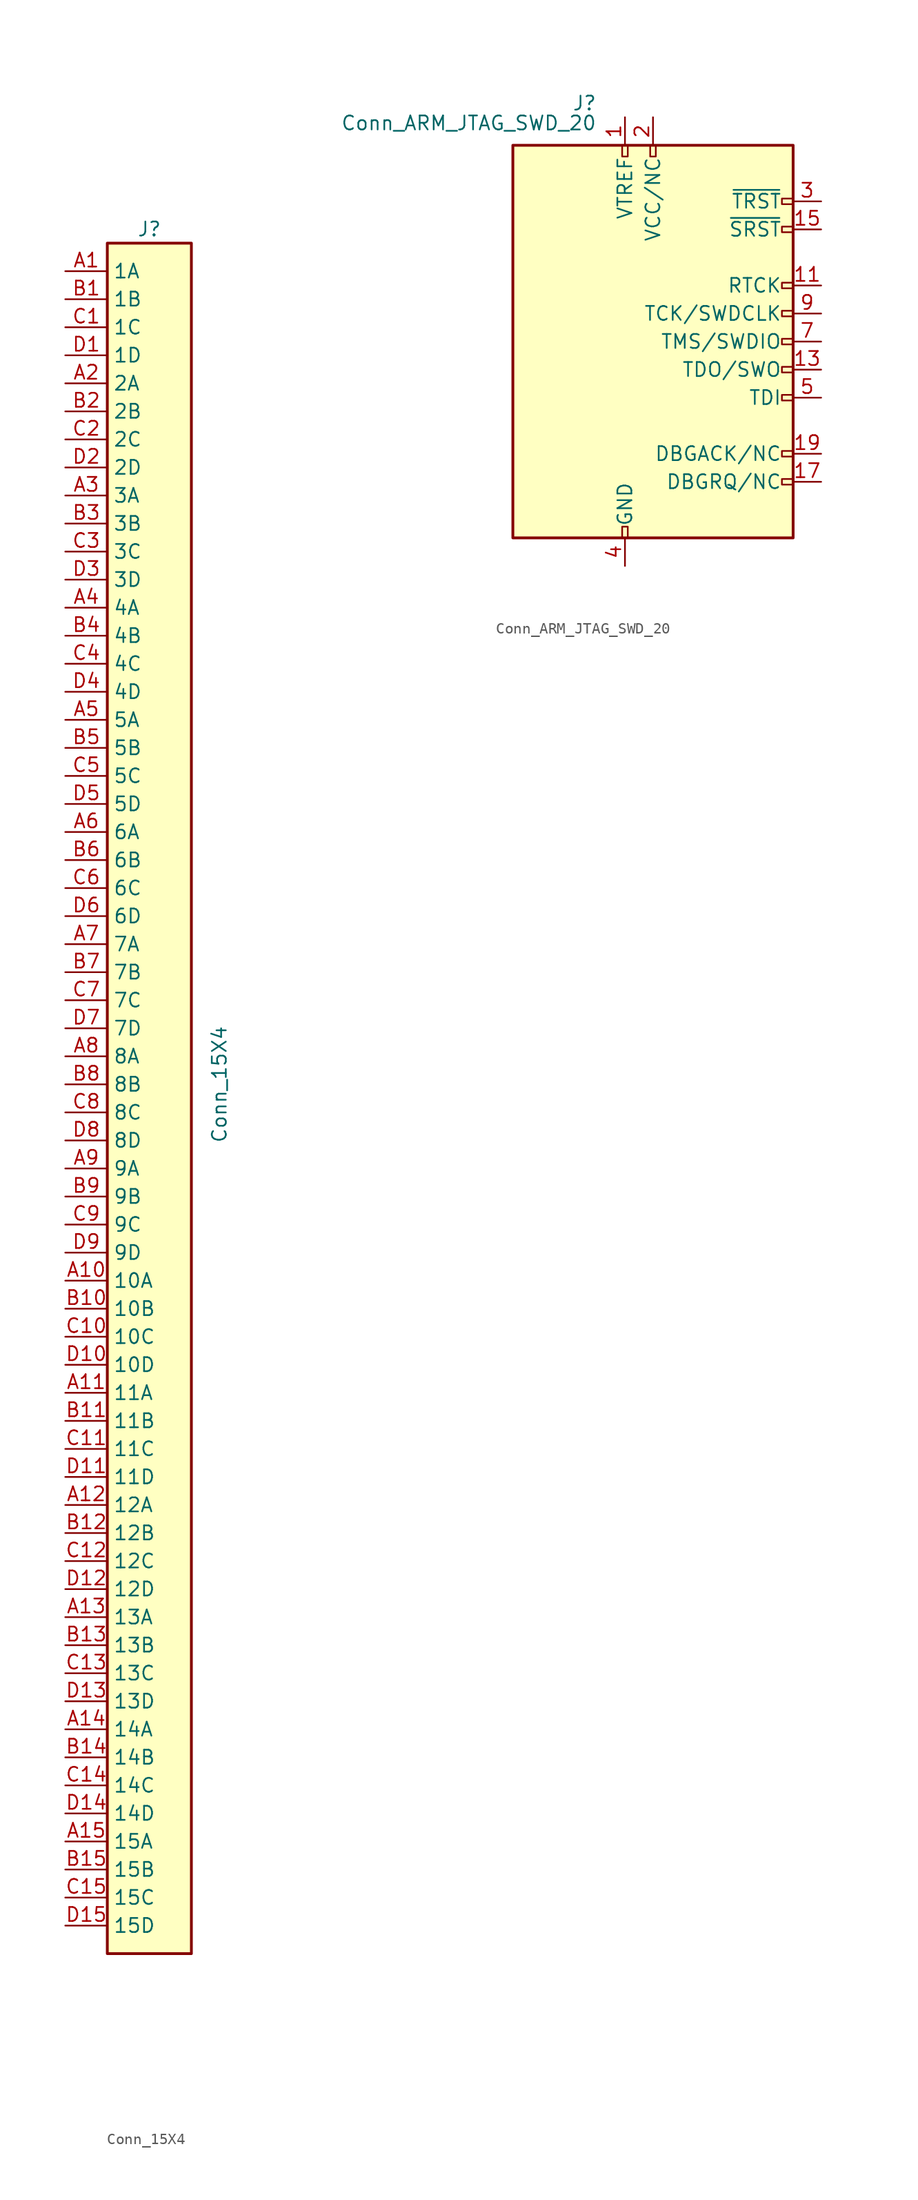
<source format=kicad_sym>
(kicad_symbol_lib
  (version 20201005)
  (generator kicad_symbol_editor)
  (symbol "Conn_15X4"
    (property "Reference" "J"
      (at 0 80.01 0)
      (effects (font (size 1.27 1.27))))
    (property "Value" "Conn_15X4"
      (at 6.35 2.54 90)
      (effects (font (size 1.27 1.27))))
    (symbol "Conn_15X4_0_1"
      (rectangle (start 3.81 -76.2) (end -3.81 78.74) (stroke (width 0.254)) (fill (type background))))
    (symbol "Conn_15X4_1_1"
      (pin passive line (at -7.62 76.2 0) (length 3.81) (name "1A" (effects (font (size 1.27 1.27)))) (number "A1" (effects (font (size 1.27 1.27)))))
      (pin passive line (at -7.62 -15.24 0) (length 3.81) (name "10A" (effects (font (size 1.27 1.27)))) (number "A10" (effects (font (size 1.27 1.27)))))
      (pin passive line (at -7.62 -25.4 0) (length 3.81) (name "11A" (effects (font (size 1.27 1.27)))) (number "A11" (effects (font (size 1.27 1.27)))))
      (pin passive line (at -7.62 -35.56 0) (length 3.81) (name "12A" (effects (font (size 1.27 1.27)))) (number "A12" (effects (font (size 1.27 1.27)))))
      (pin passive line (at -7.62 -45.72 0) (length 3.81) (name "13A" (effects (font (size 1.27 1.27)))) (number "A13" (effects (font (size 1.27 1.27)))))
      (pin passive line (at -7.62 -55.88 0) (length 3.81) (name "14A" (effects (font (size 1.27 1.27)))) (number "A14" (effects (font (size 1.27 1.27)))))
      (pin passive line (at -7.62 -66.04 0) (length 3.81) (name "15A" (effects (font (size 1.27 1.27)))) (number "A15" (effects (font (size 1.27 1.27)))))
      (pin passive line (at -7.62 66.04 0) (length 3.81) (name "2A" (effects (font (size 1.27 1.27)))) (number "A2" (effects (font (size 1.27 1.27)))))
      (pin passive line (at -7.62 55.88 0) (length 3.81) (name "3A" (effects (font (size 1.27 1.27)))) (number "A3" (effects (font (size 1.27 1.27)))))
      (pin passive line (at -7.62 45.72 0) (length 3.81) (name "4A" (effects (font (size 1.27 1.27)))) (number "A4" (effects (font (size 1.27 1.27)))))
      (pin passive line (at -7.62 35.56 0) (length 3.81) (name "5A" (effects (font (size 1.27 1.27)))) (number "A5" (effects (font (size 1.27 1.27)))))
      (pin passive line (at -7.62 25.4 0) (length 3.81) (name "6A" (effects (font (size 1.27 1.27)))) (number "A6" (effects (font (size 1.27 1.27)))))
      (pin passive line (at -7.62 15.24 0) (length 3.81) (name "7A" (effects (font (size 1.27 1.27)))) (number "A7" (effects (font (size 1.27 1.27)))))
      (pin passive line (at -7.62 5.08 0) (length 3.81) (name "8A" (effects (font (size 1.27 1.27)))) (number "A8" (effects (font (size 1.27 1.27)))))
      (pin passive line (at -7.62 -5.08 0) (length 3.81) (name "9A" (effects (font (size 1.27 1.27)))) (number "A9" (effects (font (size 1.27 1.27)))))
      (pin passive line (at -7.62 73.66 0) (length 3.81) (name "1B" (effects (font (size 1.27 1.27)))) (number "B1" (effects (font (size 1.27 1.27)))))
      (pin passive line (at -7.62 -17.78 0) (length 3.81) (name "10B" (effects (font (size 1.27 1.27)))) (number "B10" (effects (font (size 1.27 1.27)))))
      (pin passive line (at -7.62 -27.94 0) (length 3.81) (name "11B" (effects (font (size 1.27 1.27)))) (number "B11" (effects (font (size 1.27 1.27)))))
      (pin passive line (at -7.62 -38.1 0) (length 3.81) (name "12B" (effects (font (size 1.27 1.27)))) (number "B12" (effects (font (size 1.27 1.27)))))
      (pin passive line (at -7.62 -48.26 0) (length 3.81) (name "13B" (effects (font (size 1.27 1.27)))) (number "B13" (effects (font (size 1.27 1.27)))))
      (pin passive line (at -7.62 -58.42 0) (length 3.81) (name "14B" (effects (font (size 1.27 1.27)))) (number "B14" (effects (font (size 1.27 1.27)))))
      (pin passive line (at -7.62 -68.58 0) (length 3.81) (name "15B" (effects (font (size 1.27 1.27)))) (number "B15" (effects (font (size 1.27 1.27)))))
      (pin passive line (at -7.62 63.5 0) (length 3.81) (name "2B" (effects (font (size 1.27 1.27)))) (number "B2" (effects (font (size 1.27 1.27)))))
      (pin passive line (at -7.62 53.34 0) (length 3.81) (name "3B" (effects (font (size 1.27 1.27)))) (number "B3" (effects (font (size 1.27 1.27)))))
      (pin passive line (at -7.62 43.18 0) (length 3.81) (name "4B" (effects (font (size 1.27 1.27)))) (number "B4" (effects (font (size 1.27 1.27)))))
      (pin passive line (at -7.62 33.02 0) (length 3.81) (name "5B" (effects (font (size 1.27 1.27)))) (number "B5" (effects (font (size 1.27 1.27)))))
      (pin passive line (at -7.62 22.86 0) (length 3.81) (name "6B" (effects (font (size 1.27 1.27)))) (number "B6" (effects (font (size 1.27 1.27)))))
      (pin passive line (at -7.62 12.7 0) (length 3.81) (name "7B" (effects (font (size 1.27 1.27)))) (number "B7" (effects (font (size 1.27 1.27)))))
      (pin passive line (at -7.62 2.54 0) (length 3.81) (name "8B" (effects (font (size 1.27 1.27)))) (number "B8" (effects (font (size 1.27 1.27)))))
      (pin passive line (at -7.62 -7.62 0) (length 3.81) (name "9B" (effects (font (size 1.27 1.27)))) (number "B9" (effects (font (size 1.27 1.27)))))
      (pin passive line (at -7.62 71.12 0) (length 3.81) (name "1C" (effects (font (size 1.27 1.27)))) (number "C1" (effects (font (size 1.27 1.27)))))
      (pin passive line (at -7.62 -20.32 0) (length 3.81) (name "10C" (effects (font (size 1.27 1.27)))) (number "C10" (effects (font (size 1.27 1.27)))))
      (pin passive line (at -7.62 -30.48 0) (length 3.81) (name "11C" (effects (font (size 1.27 1.27)))) (number "C11" (effects (font (size 1.27 1.27)))))
      (pin passive line (at -7.62 -40.64 0) (length 3.81) (name "12C" (effects (font (size 1.27 1.27)))) (number "C12" (effects (font (size 1.27 1.27)))))
      (pin passive line (at -7.62 -50.8 0) (length 3.81) (name "13C" (effects (font (size 1.27 1.27)))) (number "C13" (effects (font (size 1.27 1.27)))))
      (pin passive line (at -7.62 -60.96 0) (length 3.81) (name "14C" (effects (font (size 1.27 1.27)))) (number "C14" (effects (font (size 1.27 1.27)))))
      (pin passive line (at -7.62 -71.12 0) (length 3.81) (name "15C" (effects (font (size 1.27 1.27)))) (number "C15" (effects (font (size 1.27 1.27)))))
      (pin passive line (at -7.62 60.96 0) (length 3.81) (name "2C" (effects (font (size 1.27 1.27)))) (number "C2" (effects (font (size 1.27 1.27)))))
      (pin passive line (at -7.62 50.8 0) (length 3.81) (name "3C" (effects (font (size 1.27 1.27)))) (number "C3" (effects (font (size 1.27 1.27)))))
      (pin passive line (at -7.62 40.64 0) (length 3.81) (name "4C" (effects (font (size 1.27 1.27)))) (number "C4" (effects (font (size 1.27 1.27)))))
      (pin passive line (at -7.62 30.48 0) (length 3.81) (name "5C" (effects (font (size 1.27 1.27)))) (number "C5" (effects (font (size 1.27 1.27)))))
      (pin passive line (at -7.62 20.32 0) (length 3.81) (name "6C" (effects (font (size 1.27 1.27)))) (number "C6" (effects (font (size 1.27 1.27)))))
      (pin passive line (at -7.62 10.16 0) (length 3.81) (name "7C" (effects (font (size 1.27 1.27)))) (number "C7" (effects (font (size 1.27 1.27)))))
      (pin passive line (at -7.62 0 0) (length 3.81) (name "8C" (effects (font (size 1.27 1.27)))) (number "C8" (effects (font (size 1.27 1.27)))))
      (pin passive line (at -7.62 -10.16 0) (length 3.81) (name "9C" (effects (font (size 1.27 1.27)))) (number "C9" (effects (font (size 1.27 1.27)))))
      (pin passive line (at -7.62 68.58 0) (length 3.81) (name "1D" (effects (font (size 1.27 1.27)))) (number "D1" (effects (font (size 1.27 1.27)))))
      (pin passive line (at -7.62 -22.86 0) (length 3.81) (name "10D" (effects (font (size 1.27 1.27)))) (number "D10" (effects (font (size 1.27 1.27)))))
      (pin passive line (at -7.62 -33.02 0) (length 3.81) (name "11D" (effects (font (size 1.27 1.27)))) (number "D11" (effects (font (size 1.27 1.27)))))
      (pin passive line (at -7.62 -43.18 0) (length 3.81) (name "12D" (effects (font (size 1.27 1.27)))) (number "D12" (effects (font (size 1.27 1.27)))))
      (pin passive line (at -7.62 -53.34 0) (length 3.81) (name "13D" (effects (font (size 1.27 1.27)))) (number "D13" (effects (font (size 1.27 1.27)))))
      (pin passive line (at -7.62 -63.5 0) (length 3.81) (name "14D" (effects (font (size 1.27 1.27)))) (number "D14" (effects (font (size 1.27 1.27)))))
      (pin passive line (at -7.62 -73.66 0) (length 3.81) (name "15D" (effects (font (size 1.27 1.27)))) (number "D15" (effects (font (size 1.27 1.27)))))
      (pin passive line (at -7.62 58.42 0) (length 3.81) (name "2D" (effects (font (size 1.27 1.27)))) (number "D2" (effects (font (size 1.27 1.27)))))
      (pin passive line (at -7.62 48.26 0) (length 3.81) (name "3D" (effects (font (size 1.27 1.27)))) (number "D3" (effects (font (size 1.27 1.27)))))
      (pin passive line (at -7.62 38.1 0) (length 3.81) (name "4D" (effects (font (size 1.27 1.27)))) (number "D4" (effects (font (size 1.27 1.27)))))
      (pin passive line (at -7.62 27.94 0) (length 3.81) (name "5D" (effects (font (size 1.27 1.27)))) (number "D5" (effects (font (size 1.27 1.27)))))
      (pin passive line (at -7.62 17.78 0) (length 3.81) (name "6D" (effects (font (size 1.27 1.27)))) (number "D6" (effects (font (size 1.27 1.27)))))
      (pin passive line (at -7.62 7.62 0) (length 3.81) (name "7D" (effects (font (size 1.27 1.27)))) (number "D7" (effects (font (size 1.27 1.27)))))
      (pin passive line (at -7.62 -2.54 0) (length 3.81) (name "8D" (effects (font (size 1.27 1.27)))) (number "D8" (effects (font (size 1.27 1.27)))))
      (pin passive line (at -7.62 -12.7 0) (length 3.81) (name "9D" (effects (font (size 1.27 1.27)))) (number "D9" (effects (font (size 1.27 1.27)))))))
  (symbol "Conn_ARM_JTAG_SWD_20"
    (pin_names
      (offset 1.016))
    (property "Reference" "J"
      (at -5.08 21.59 0)
      (effects (font (size 1.27 1.27)) (justify right)))
    (property "Value" "Conn_ARM_JTAG_SWD_20"
      (at -5.08 19.05 0)
      (effects (font (size 1.27 1.27)) (justify right bottom)))
    (symbol "Conn_ARM_JTAG_SWD_20_0_1"
      (rectangle (start -12.7 17.78) (end 12.7 -17.78) (stroke (width 0.254)) (fill (type background)))
      (rectangle (start -2.794 -17.78) (end -2.286 -16.764) (stroke (width 0)) (fill (type none)))
      (rectangle (start -2.794 17.78) (end -2.286 16.764) (stroke (width 0)) (fill (type none)))
      (rectangle (start -0.254 17.78) (end 0.254 16.764) (stroke (width 0)) (fill (type none)))
      (rectangle (start 11.684 2.286) (end 12.7 2.794) (stroke (width 0)) (fill (type none)))
      (rectangle (start 12.7 -12.446) (end 11.684 -12.954) (stroke (width 0)) (fill (type none)))
      (rectangle (start 12.7 -9.906) (end 11.684 -10.414) (stroke (width 0)) (fill (type none)))
      (rectangle (start 12.7 -2.794) (end 11.684 -2.286) (stroke (width 0)) (fill (type none)))
      (rectangle (start 12.7 -0.254) (end 11.684 0.254) (stroke (width 0)) (fill (type none)))
      (rectangle (start 12.7 4.826) (end 11.684 5.334) (stroke (width 0)) (fill (type none)))
      (rectangle (start 12.7 10.414) (end 11.684 9.906) (stroke (width 0)) (fill (type none)))
      (rectangle (start 12.7 12.954) (end 11.684 12.446) (stroke (width 0)) (fill (type none))))
    (symbol "Conn_ARM_JTAG_SWD_20_1_1"
      (rectangle (start 11.684 -5.334) (end 12.7 -4.826) (stroke (width 0)) (fill (type none)))
      (pin power_in line (at -2.54 20.32 270) (length 2.54) (name "VTREF" (effects (font (size 1.27 1.27)))) (number "1" (effects (font (size 1.27 1.27)))))
      (pin passive line (at -2.54 -20.32 90) (length 2.54) hide (name "GND" (effects (font (size 1.27 1.27)))) (number "10" (effects (font (size 1.27 1.27)))))
      (pin input line (at 15.24 5.08 180) (length 2.54) (name "RTCK" (effects (font (size 1.27 1.27)))) (number "11" (effects (font (size 1.27 1.27)))))
      (pin passive line (at -2.54 -20.32 90) (length 2.54) hide (name "GND" (effects (font (size 1.27 1.27)))) (number "12" (effects (font (size 1.27 1.27)))))
      (pin input line (at 15.24 -2.54 180) (length 2.54) (name "TDO/SWO" (effects (font (size 1.27 1.27)))) (number "13" (effects (font (size 1.27 1.27)))))
      (pin passive line (at -2.54 -20.32 90) (length 2.54) hide (name "GND" (effects (font (size 1.27 1.27)))) (number "14" (effects (font (size 1.27 1.27)))))
      (pin bidirectional line (at 15.24 10.16 180) (length 2.54) (name "~SRST~" (effects (font (size 1.27 1.27)))) (number "15" (effects (font (size 1.27 1.27)))))
      (pin passive line (at -2.54 -20.32 90) (length 2.54) hide (name "GND" (effects (font (size 1.27 1.27)))) (number "16" (effects (font (size 1.27 1.27)))))
      (pin output line (at 15.24 -12.7 180) (length 2.54) (name "DBGRQ/NC" (effects (font (size 1.27 1.27)))) (number "17" (effects (font (size 1.27 1.27)))))
      (pin passive line (at -2.54 -20.32 90) (length 2.54) hide (name "GND" (effects (font (size 1.27 1.27)))) (number "18" (effects (font (size 1.27 1.27)))))
      (pin input line (at 15.24 -10.16 180) (length 2.54) (name "DBGACK/NC" (effects (font (size 1.27 1.27)))) (number "19" (effects (font (size 1.27 1.27)))))
      (pin power_in line (at 0 20.32 270) (length 2.54) (name "VCC/NC" (effects (font (size 1.27 1.27)))) (number "2" (effects (font (size 1.27 1.27)))))
      (pin passive line (at -2.54 -20.32 90) (length 2.54) hide (name "GND" (effects (font (size 1.27 1.27)))) (number "20" (effects (font (size 1.27 1.27)))))
      (pin output line (at 15.24 12.7 180) (length 2.54) (name "~TRST~" (effects (font (size 1.27 1.27)))) (number "3" (effects (font (size 1.27 1.27)))))
      (pin power_in line (at -2.54 -20.32 90) (length 2.54) (name "GND" (effects (font (size 1.27 1.27)))) (number "4" (effects (font (size 1.27 1.27)))))
      (pin output line (at 15.24 -5.08 180) (length 2.54) (name "TDI" (effects (font (size 1.27 1.27)))) (number "5" (effects (font (size 1.27 1.27)))))
      (pin passive line (at -2.54 -20.32 90) (length 2.54) hide (name "GND" (effects (font (size 1.27 1.27)))) (number "6" (effects (font (size 1.27 1.27)))))
      (pin output line (at 15.24 0 180) (length 2.54) (name "TMS/SWDIO" (effects (font (size 1.27 1.27)))) (number "7" (effects (font (size 1.27 1.27)))))
      (pin passive line (at -2.54 -20.32 90) (length 2.54) hide (name "GND" (effects (font (size 1.27 1.27)))) (number "8" (effects (font (size 1.27 1.27)))))
      (pin output line (at 15.24 2.54 180) (length 2.54) (name "TCK/SWDCLK" (effects (font (size 1.27 1.27)))) (number "9" (effects (font (size 1.27 1.27))))))))
</source>
